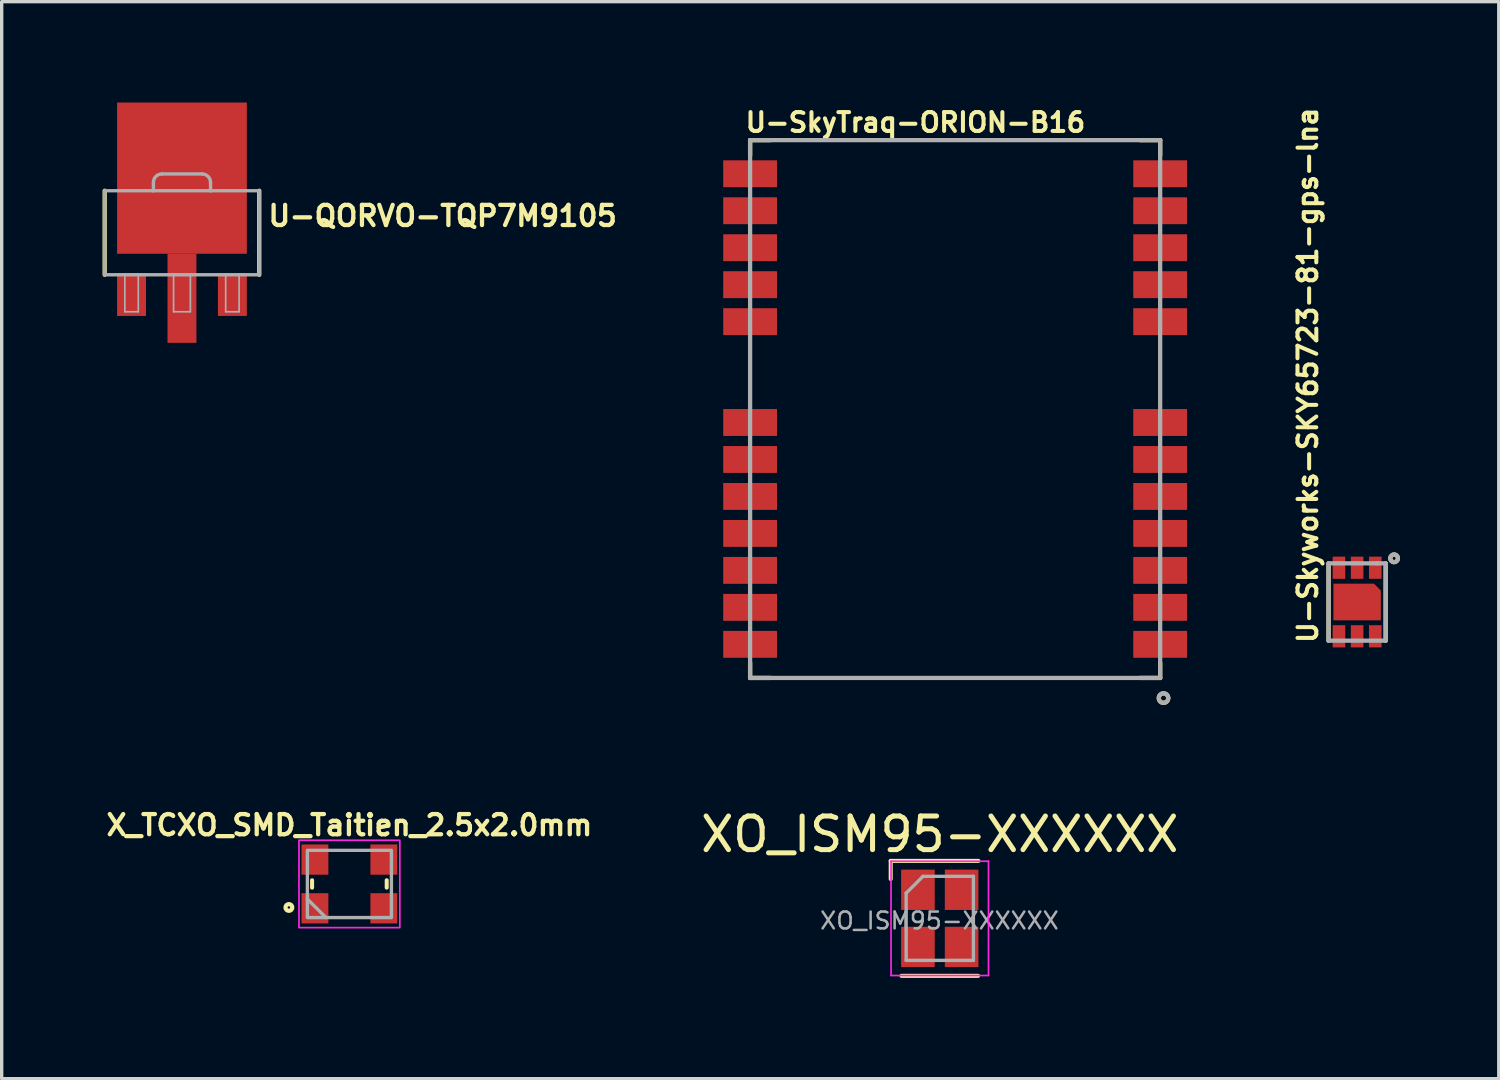
<source format=kicad_pcb>
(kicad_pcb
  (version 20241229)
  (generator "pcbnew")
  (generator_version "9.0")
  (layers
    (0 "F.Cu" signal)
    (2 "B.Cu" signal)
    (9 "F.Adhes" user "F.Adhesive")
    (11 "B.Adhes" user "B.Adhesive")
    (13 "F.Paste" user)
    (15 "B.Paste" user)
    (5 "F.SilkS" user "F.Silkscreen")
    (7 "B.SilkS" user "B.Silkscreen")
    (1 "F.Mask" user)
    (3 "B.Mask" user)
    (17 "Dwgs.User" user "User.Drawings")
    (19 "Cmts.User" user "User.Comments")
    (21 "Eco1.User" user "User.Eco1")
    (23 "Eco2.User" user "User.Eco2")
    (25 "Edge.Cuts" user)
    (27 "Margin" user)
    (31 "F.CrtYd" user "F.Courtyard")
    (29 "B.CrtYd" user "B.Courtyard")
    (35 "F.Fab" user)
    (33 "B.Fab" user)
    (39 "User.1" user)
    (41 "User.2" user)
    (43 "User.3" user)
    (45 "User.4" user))
  (footprint "U-SkyTraq-ORION-B16"
    (layer "F.Cu")
    (at 25.367 9.12)
    (property "Reference" "U-SkyTraq-ORION-B16" (at -6.3 -8.2 0) (layer "F.SilkS") (effects (font (size 0.56 0.56) (thickness 0.12)) (justify left bottom)))
    (fp_line (start -6.1 -8) (end -6.1 -7.55) (stroke (width 0.127) (type solid)) (layer "F.SilkS"))
    (fp_line (start -6.1 -8) (end -5.5 -8) (stroke (width 0.127) (type solid)) (layer "F.SilkS"))
    (fp_line (start -6.1 8) (end -6.1 7.55) (stroke (width 0.127) (type solid)) (layer "F.SilkS"))
    (fp_line (start -6.1 8) (end -5.5 8) (stroke (width 0.127) (type solid)) (layer "F.SilkS"))
    (fp_line (start 6.1 -8) (end 5.5 -8) (stroke (width 0.127) (type solid)) (layer "F.SilkS"))
    (fp_line (start 6.1 -8) (end 6.1 -7.55) (stroke (width 0.127) (type solid)) (layer "F.SilkS"))
    (fp_line (start 6.1 8) (end 5.5 8) (stroke (width 0.127) (type solid)) (layer "F.SilkS"))
    (fp_line (start 6.1 8) (end 6.1 7.55) (stroke (width 0.127) (type solid)) (layer "F.SilkS"))
    (fp_circle (center 6.2 8.6) (end 6.341 8.6) (stroke (width 0.127) (type solid)) (fill no) (layer "F.SilkS"))
    (fp_line (start -6.1 -8) (end -6.1 8) (stroke (width 0.127) (type solid)) (layer "F.Fab"))
    (fp_line (start -6.1 8) (end 6.1 8) (stroke (width 0.127) (type solid)) (layer "F.Fab"))
    (fp_line (start 6.1 -8) (end -6.1 -8) (stroke (width 0.127) (type solid)) (layer "F.Fab"))
    (fp_line (start 6.1 8) (end 6.1 -8) (stroke (width 0.127) (type solid)) (layer "F.Fab"))
    (fp_circle (center 6.2 8.6) (end 6.341 8.6) (stroke (width 0.127) (type solid)) (fill no) (layer "F.Fab"))
    (pad "1" smd rect (at 6.1 7) (size 1.6 0.8) (layers "F.Cu" "F.Mask" "F.Paste"))
    (pad "2" smd rect (at 6.1 5.9) (size 1.6 0.8) (layers "F.Cu" "F.Mask" "F.Paste"))
    (pad "3" smd rect (at 6.1 4.8) (size 1.6 0.8) (layers "F.Cu" "F.Mask" "F.Paste"))
    (pad "4" smd rect (at 6.1 3.7) (size 1.6 0.8) (layers "F.Cu" "F.Mask" "F.Paste"))
    (pad "5" smd rect (at 6.1 2.6) (size 1.6 0.8) (layers "F.Cu" "F.Mask" "F.Paste"))
    (pad "6" smd rect (at 6.1 1.5) (size 1.6 0.8) (layers "F.Cu" "F.Mask" "F.Paste"))
    (pad "7" smd rect (at 6.1 0.4) (size 1.6 0.8) (layers "F.Cu" "F.Mask" "F.Paste"))
    (pad "8" smd rect (at 6.1 -2.6) (size 1.6 0.8) (layers "F.Cu" "F.Mask" "F.Paste"))
    (pad "9" smd rect (at 6.1 -3.7) (size 1.6 0.8) (layers "F.Cu" "F.Mask" "F.Paste"))
    (pad "10" smd rect (at 6.1 -4.8) (size 1.6 0.8) (layers "F.Cu" "F.Mask" "F.Paste"))
    (pad "11" smd rect (at 6.1 -5.9) (size 1.6 0.8) (layers "F.Cu" "F.Mask" "F.Paste"))
    (pad "12" smd rect (at 6.1 -7) (size 1.6 0.8) (layers "F.Cu" "F.Mask" "F.Paste"))
    (pad "13" smd rect (at -6.1 -7) (size 1.6 0.8) (layers "F.Cu" "F.Mask" "F.Paste"))
    (pad "14" smd rect (at -6.1 -5.9) (size 1.6 0.8) (layers "F.Cu" "F.Mask" "F.Paste"))
    (pad "15" smd rect (at -6.1 -4.8) (size 1.6 0.8) (layers "F.Cu" "F.Mask" "F.Paste"))
    (pad "16" smd rect (at -6.1 -3.7) (size 1.6 0.8) (layers "F.Cu" "F.Mask" "F.Paste"))
    (pad "17" smd rect (at -6.1 -2.6) (size 1.6 0.8) (layers "F.Cu" "F.Mask" "F.Paste"))
    (pad "18" smd rect (at -6.1 0.4) (size 1.6 0.8) (layers "F.Cu" "F.Mask" "F.Paste"))
    (pad "19" smd rect (at -6.1 1.5) (size 1.6 0.8) (layers "F.Cu" "F.Mask" "F.Paste"))
    (pad "20" smd rect (at -6.1 2.6) (size 1.6 0.8) (layers "F.Cu" "F.Mask" "F.Paste"))
    (pad "21" smd rect (at -6.1 3.7) (size 1.6 0.8) (layers "F.Cu" "F.Mask" "F.Paste"))
    (pad "22" smd rect (at -6.1 4.8) (size 1.6 0.8) (layers "F.Cu" "F.Mask" "F.Paste"))
    (pad "23" smd rect (at -6.1 5.9) (size 1.6 0.8) (layers "F.Cu" "F.Mask" "F.Paste"))
    (pad "24" smd rect (at -6.1 7) (size 1.6 0.8) (layers "F.Cu" "F.Mask" "F.Paste")))
  (footprint "U-QORVO-TQP7M9105"
    (layer "F.Cu")
    (at 2.364 5.825)
    (property "Reference" "U-QORVO-TQP7M9105" (at 2.5 -2.1 0) (layer "F.SilkS") (effects (font (size 0.6 0.6) (thickness 0.127) (bold yes)) (justify left bottom)))
    (fp_poly (pts (xy -1.1 -3.3) (xy 1.1 -3.3) (xy 1.1 -3.8) (xy -1.1 -3.8)) (stroke (width 0) (type default)) (fill yes) (layer "F.Mask"))
    (fp_line (start -2.3 -3.2) (end -2.3 -0.7) (stroke (width 0.127) (type default)) (layer "F.SilkS"))
    (fp_line (start 2.3 -3.2) (end 2.3 -0.7) (stroke (width 0.127) (type default)) (layer "F.SilkS"))
    (fp_poly (pts (xy -0.8 -1.35) (xy 0.8 -1.35) (xy 0.8 -3.75) (xy -0.8 -3.75)) (stroke (width 0) (type default)) (fill yes) (layer "F.Paste"))
    (fp_poly (pts (xy -0.43 0.52) (xy 0.43 0.52) (xy 0.43 -1.37) (xy -0.43 -1.37)) (stroke (width 0) (type default)) (fill yes) (layer "F.Paste"))
    (fp_line (start -2.3 -3.2) (end -2.3 -0.7) (stroke (width 0.1) (type solid)) (layer "F.Fab"))
    (fp_line (start -2.3 -0.7) (end -1.7 -0.7) (stroke (width 0.1) (type solid)) (layer "F.Fab"))
    (fp_line (start -1.7 -0.7) (end -1.7 0.4) (stroke (width 0.05) (type solid)) (layer "F.Fab"))
    (fp_line (start -1.7 -0.7) (end -1.3 -0.7) (stroke (width 0.1) (type solid)) (layer "F.Fab"))
    (fp_line (start -1.7 0.4) (end -1.3 0.4) (stroke (width 0.05) (type solid)) (layer "F.Fab"))
    (fp_line (start -1.3 -0.7) (end -0.25 -0.7) (stroke (width 0.1) (type solid)) (layer "F.Fab"))
    (fp_line (start -1.3 0.4) (end -1.3 -0.7) (stroke (width 0.05) (type solid)) (layer "F.Fab"))
    (fp_line (start -0.85 -3.2) (end -2.3 -3.2) (stroke (width 0.1) (type solid)) (layer "F.Fab"))
    (fp_line (start -0.85 -3.2) (end -0.85 -3.446) (stroke (width 0.1) (type solid)) (layer "F.Fab"))
    (fp_line (start -0.596 -3.7) (end 0.596 -3.7) (stroke (width 0.1) (type solid)) (layer "F.Fab"))
    (fp_line (start -0.25 -0.7) (end -0.25 0.4) (stroke (width 0.05) (type solid)) (layer "F.Fab"))
    (fp_line (start -0.25 -0.7) (end 0.25 -0.7) (stroke (width 0.1) (type solid)) (layer "F.Fab"))
    (fp_line (start -0.25 0.4) (end 0.25 0.4) (stroke (width 0.05) (type solid)) (layer "F.Fab"))
    (fp_line (start 0.25 -0.7) (end 1.3 -0.7) (stroke (width 0.1) (type solid)) (layer "F.Fab"))
    (fp_line (start 0.25 0.4) (end 0.25 -0.7) (stroke (width 0.05) (type solid)) (layer "F.Fab"))
    (fp_line (start 0.85 -3.446) (end 0.85 -3.2) (stroke (width 0.1) (type solid)) (layer "F.Fab"))
    (fp_line (start 0.85 -3.2) (end -0.85 -3.2) (stroke (width 0.1) (type solid)) (layer "F.Fab"))
    (fp_line (start 1.3 -0.7) (end 1.3 0.4) (stroke (width 0.05) (type solid)) (layer "F.Fab"))
    (fp_line (start 1.3 -0.7) (end 1.7 -0.7) (stroke (width 0.1) (type solid)) (layer "F.Fab"))
    (fp_line (start 1.3 0.4) (end 1.7 0.4) (stroke (width 0.05) (type solid)) (layer "F.Fab"))
    (fp_line (start 1.7 -0.7) (end 2.3 -0.7) (stroke (width 0.1) (type solid)) (layer "F.Fab"))
    (fp_line (start 1.7 0.4) (end 1.7 -0.7) (stroke (width 0.05) (type solid)) (layer "F.Fab"))
    (fp_line (start 2.3 -3.2) (end 0.85 -3.2) (stroke (width 0.1) (type solid)) (layer "F.Fab"))
    (fp_line (start 2.3 -0.7) (end 2.3 -3.2) (stroke (width 0.1) (type solid)) (layer "F.Fab"))
    (fp_arc (start -0.85 -3.446) (mid -0.775605 -3.625605) (end -0.596 -3.7) (stroke (width 0.1) (type solid)) (layer "F.Fab"))
    (fp_arc (start 0.596 -3.7) (mid 0.775605 -3.625605) (end 0.85 -3.446) (stroke (width 0.1) (type solid)) (layer "F.Fab"))
    (pad "1" smd rect (at -1.5 -0.11) (size 0.86 1.27) (layers "F.Cu" "F.Mask" "F.Paste"))
    (pad "2" smd rect (at 0 0) (size 0.86 2.65) (layers "F.Cu" "F.Mask" "F.Paste"))
    (pad "3" smd rect (at 1.5 -0.11) (size 0.86 1.27) (layers "F.Cu" "F.Mask" "F.Paste"))
    (pad "EP" smd rect (at 0 -3.575) (size 3.86 4.5) (layers "F.Cu" "F.Mask")))
  (footprint "U-Skyworks-SKY65723-81-gps-lna"
    (layer "F.Cu")
    (at 37.327 14.861)
    (property "Reference" "U-Skyworks-SKY65723-81-gps-lna" (at -1.14 1.28 90) (layer "F.SilkS") (effects (font (size 0.56 0.56) (thickness 0.12)) (justify left bottom)))
    (fp_poly (pts (xy 0.705 -0.342) (xy 0.705 0.545) (xy -0.705 0.545) (xy -0.705 -0.545) (xy 0.502 -0.545)) (stroke (width 0) (type solid)) (fill yes) (layer "F.Cu"))
    (fp_line (start -0.85 -1.15) (end -0.85 1.15) (stroke (width 0.127) (type solid)) (layer "F.SilkS"))
    (fp_line (start 0.85 1.15) (end 0.85 -1.15) (stroke (width 0.127) (type solid)) (layer "F.SilkS"))
    (fp_circle (center 1.1 -1.3) (end 1.15 -1.3) (stroke (width 0.127) (type solid)) (fill no) (layer "F.SilkS"))
    (fp_line (start -0.85 -1.15) (end -0.85 1.15) (stroke (width 0.127) (type solid)) (layer "F.Fab"))
    (fp_line (start -0.85 1.15) (end 0.85 1.15) (stroke (width 0.127) (type solid)) (layer "F.Fab"))
    (fp_line (start 0.6 -1.15) (end -0.85 -1.15) (stroke (width 0.127) (type solid)) (layer "F.Fab"))
    (fp_line (start 0.6 -1.15) (end 0.85 -1.15) (stroke (width 0.127) (type solid)) (layer "F.Fab"))
    (fp_line (start 0.85 1.15) (end 0.85 -1.15) (stroke (width 0.127) (type solid)) (layer "F.Fab"))
    (fp_circle (center 1.1 -1.3) (end 1.15 -1.3) (stroke (width 0.127) (type solid)) (fill no) (layer "F.Fab"))
    (pad "1" smd rect (at 0.54 -1.02 90) (size 0.66 0.375) (layers "F.Cu" "F.Mask" "F.Paste"))
    (pad "2" smd rect (at 0 -1.02 90) (size 0.66 0.375) (layers "F.Cu" "F.Mask" "F.Paste"))
    (pad "3" smd rect (at -0.54 -1.02 90) (size 0.66 0.375) (layers "F.Cu" "F.Mask" "F.Paste"))
    (pad "4" smd rect (at -0.54 1.02 270) (size 0.66 0.375) (layers "F.Cu" "F.Mask" "F.Paste"))
    (pad "5" smd rect (at 0 1.02 270) (size 0.66 0.375) (layers "F.Cu" "F.Mask" "F.Paste"))
    (pad "6" smd rect (at 0.54 1.02 270) (size 0.66 0.375) (layers "F.Cu" "F.Mask" "F.Paste"))
    (pad "7" smd rect (at 0 0 180) (size 0.66 0.375) (layers "F.Cu" "F.Mask" "F.Paste")))
  (footprint "XO_ISM95-XXXXXX"
    (layer "F.Cu")
    (at 24.91 24.273)
    (property "Reference" "XO_ISM95-XXXXXX" (at 0 -2.5 0) (layer "F.SilkS") (effects (font (size 1 1) (thickness 0.15))))
    (attr smd)
    (fp_line (start -1.46 -1.71) (end 1.15 -1.71) (stroke (width 0.12) (type solid)) (layer "F.SilkS"))
    (fp_line (start -1.46 -1.17) (end -1.46 -1.71) (stroke (width 0.12) (type solid)) (layer "F.SilkS"))
    (fp_line (start 1.14 1.71) (end -1.14 1.71) (stroke (width 0.12) (type solid)) (layer "F.SilkS"))
    (fp_line (start -1.45 -1.7) (end 1.45 -1.7) (stroke (width 0.05) (type solid)) (layer "F.CrtYd"))
    (fp_line (start -1.45 1.7) (end -1.45 -1.7) (stroke (width 0.05) (type solid)) (layer "F.CrtYd"))
    (fp_line (start 1.45 -1.7) (end 1.45 1.7) (stroke (width 0.05) (type solid)) (layer "F.CrtYd"))
    (fp_line (start 1.45 1.7) (end -1.45 1.7) (stroke (width 0.05) (type solid)) (layer "F.CrtYd"))
    (fp_line (start -1 1.25) (end -1 -0.75) (stroke (width 0.1) (type solid)) (layer "F.Fab"))
    (fp_line (start -0.5 -1.25) (end -1 -0.75) (stroke (width 0.1) (type solid)) (layer "F.Fab"))
    (fp_line (start -0.5 -1.25) (end 1 -1.25) (stroke (width 0.1) (type solid)) (layer "F.Fab"))
    (fp_line (start 1 -1.25) (end 1 1.25) (stroke (width 0.1) (type solid)) (layer "F.Fab"))
    (fp_line (start 1 1.25) (end -1 1.25) (stroke (width 0.1) (type solid)) (layer "F.Fab"))
    (fp_text user "${REFERENCE}" (at -0.01 0.07 0) (layer "F.Fab") (effects (font (size 0.5 0.5) (thickness 0.075))))
    (pad "1" smd rect (at -0.65 -0.85) (size 1 1.2) (layers "F.Cu" "F.Mask" "F.Paste"))
    (pad "2" smd rect (at -0.65 0.85) (size 1 1.2) (layers "F.Cu" "F.Mask" "F.Paste"))
    (pad "3" smd rect (at 0.65 0.85) (size 1 1.2) (layers "F.Cu" "F.Mask" "F.Paste"))
    (pad "4" smd rect (at 0.65 -0.85) (size 1 1.2) (layers "F.Cu" "F.Mask" "F.Paste")))
  (footprint "X_TCXO_SMD_Taitien_2.5x2.0mm"
    (layer "F.Cu")
    (at 7.345 23.249)
    (property "Reference" "X_TCXO_SMD_Taitien_2.5x2.0mm" (at 0 -1.75 0) (layer "F.SilkS") (effects (font (size 0.6 0.6) (thickness 0.127) (bold yes))))
    (attr smd)
    (fp_line (start -1.11 -0.11) (end -1.11 0.11) (stroke (width 0.12) (type solid)) (layer "F.SilkS"))
    (fp_line (start 1.11 -0.11) (end 1.11 0.11) (stroke (width 0.12) (type solid)) (layer "F.SilkS"))
    (fp_circle (center -1.8 0.7) (end -1.7 0.7) (stroke (width 0.127) (type solid)) (fill no) (layer "F.SilkS"))
    (fp_rect (start -1.5 -1.3) (end 1.5 1.3) (stroke (width 0.05) (type default)) (fill no) (layer "F.CrtYd"))
    (fp_line (start -1.25 0.45) (end -0.7 1) (stroke (width 0.1) (type default)) (layer "F.Fab"))
    (fp_rect (start -1.25 -1) (end 1.25 1) (stroke (width 0.1) (type default)) (fill no) (layer "F.Fab"))
    (pad "1" smd rect (at -1.025 0.725) (size 0.8 0.9) (layers "F.Cu" "F.Mask" "F.Paste"))
    (pad "2" smd rect (at 1.025 0.725) (size 0.8 0.9) (layers "F.Cu" "F.Mask" "F.Paste"))
    (pad "3" smd rect (at 1.025 -0.725) (size 0.8 0.9) (layers "F.Cu" "F.Mask" "F.Paste"))
    (pad "4" smd rect (at -1.025 -0.725) (size 0.8 0.9) (layers "F.Cu" "F.Mask" "F.Paste")))
  (gr_rect
    (start -3 -3)
    (end 41.541 29.043)
    (stroke (width 0.1) (type default))
    (fill no)
    (layer "Edge.Cuts")))
</source>
